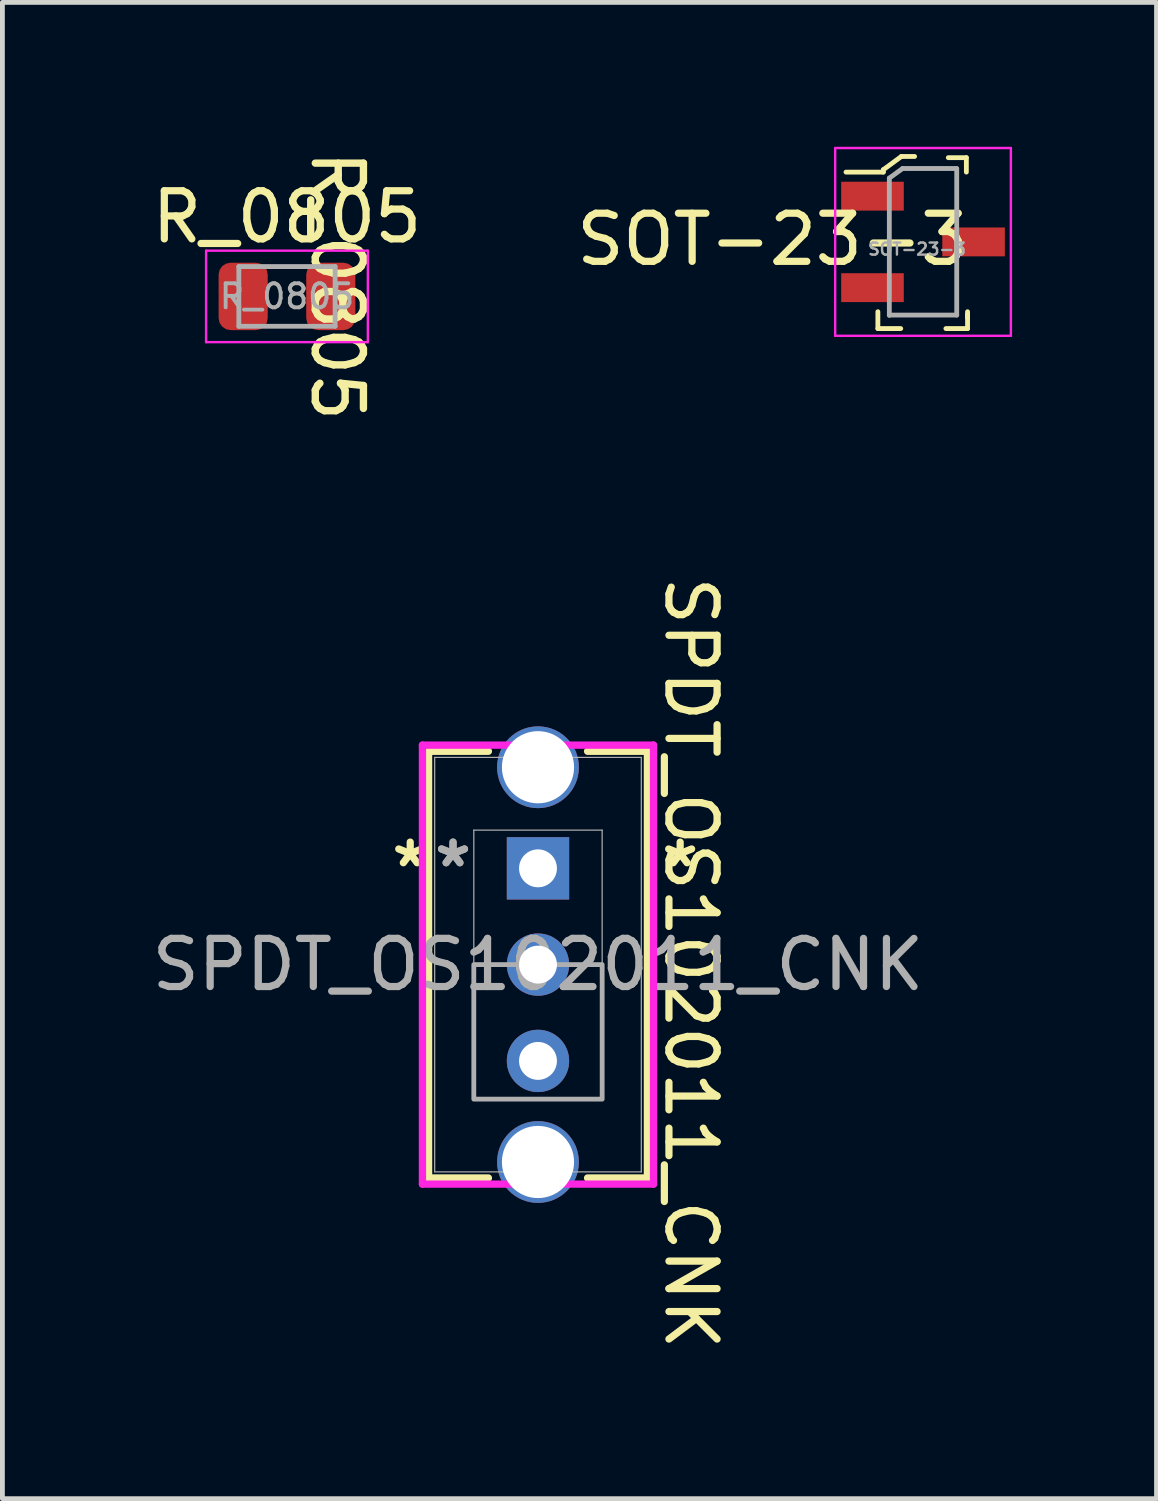
<source format=kicad_pcb>
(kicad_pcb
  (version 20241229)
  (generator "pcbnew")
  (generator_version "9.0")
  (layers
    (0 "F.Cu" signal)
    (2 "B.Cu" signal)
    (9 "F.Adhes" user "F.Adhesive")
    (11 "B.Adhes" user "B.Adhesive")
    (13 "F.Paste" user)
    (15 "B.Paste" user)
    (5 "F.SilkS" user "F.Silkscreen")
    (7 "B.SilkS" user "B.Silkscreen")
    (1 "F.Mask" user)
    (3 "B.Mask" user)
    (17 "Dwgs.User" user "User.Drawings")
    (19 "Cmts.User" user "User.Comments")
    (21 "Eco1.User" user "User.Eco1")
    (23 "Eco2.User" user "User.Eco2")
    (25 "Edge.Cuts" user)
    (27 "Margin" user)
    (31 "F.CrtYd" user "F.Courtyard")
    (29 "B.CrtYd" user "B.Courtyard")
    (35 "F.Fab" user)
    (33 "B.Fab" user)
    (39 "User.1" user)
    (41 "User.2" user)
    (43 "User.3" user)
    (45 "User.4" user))
  (footprint "R_0805"
    (layer "F.Cu")
    (at 2.911 3.107)
    (property "Reference" "R_0805" (at 0 -1.65 0) (layer "F.SilkS") (effects (font (size 1 1) (thickness 0.15))))
    (attr smd)
    (fp_line (start -1.68 -0.95) (end 1.68 -0.95) (stroke (width 0.05) (type solid)) (layer "F.CrtYd"))
    (fp_line (start -1.68 0.95) (end -1.68 -0.95) (stroke (width 0.05) (type solid)) (layer "F.CrtYd"))
    (fp_line (start 1.68 -0.95) (end 1.68 0.95) (stroke (width 0.05) (type solid)) (layer "F.CrtYd"))
    (fp_line (start 1.68 0.95) (end -1.68 0.95) (stroke (width 0.05) (type solid)) (layer "F.CrtYd"))
    (fp_line (start -1 -0.62) (end 1 -0.62) (stroke (width 0.1) (type solid)) (layer "F.Fab"))
    (fp_line (start -1 0.62) (end -1 -0.62) (stroke (width 0.1) (type solid)) (layer "F.Fab"))
    (fp_line (start 1 -0.62) (end 1 0.62) (stroke (width 0.1) (type solid)) (layer "F.Fab"))
    (fp_line (start 1 0.62) (end -1 0.62) (stroke (width 0.1) (type solid)) (layer "F.Fab"))
    (fp_text user "${REFERENCE}" (at 0.458 -3.107 270) (unlocked yes) (layer "F.SilkS") (effects (font (size 1 1) (thickness 0.153)) (justify left bottom)))
    (fp_text user "${REFERENCE}" (at 0 0 0) (layer "F.Fab") (effects (font (size 0.5 0.5) (thickness 0.08))))
    (pad "1" smd roundrect (at -0.91 0) (size 1.02 1.4) (layers "F.Cu" "F.Mask" "F.Paste") (roundrect_rratio 0.244))
    (pad "2" smd roundrect (at 0.91 0) (size 1.02 1.4) (layers "F.Cu" "F.Mask" "F.Paste") (roundrect_rratio 0.244)))
  (footprint "SOT-23-3"
    (layer "F.Cu")
    (at 16.123 1.975)
    (property "Reference" "SOT-23-3" (at -3.129 -0.051 0) (layer "F.SilkS") (effects (font (size 1 1) (thickness 0.15))))
    (attr smd)
    (fp_line (start -0.938 1.8) (end -0.938 1.45) (stroke (width 0.1) (type solid)) (layer "F.SilkS"))
    (fp_line (start -0.825 -1.5) (end -0.825 -1.45) (stroke (width 0.1) (type solid)) (layer "F.SilkS"))
    (fp_line (start -0.825 -1.45) (end -1.6 -1.45) (stroke (width 0.1) (type solid)) (layer "F.SilkS"))
    (fp_line (start -0.463 1.8) (end -0.938 1.8) (stroke (width 0.1) (type solid)) (layer "F.SilkS"))
    (fp_line (start -0.45 -1.775) (end -0.825 -1.5) (stroke (width 0.1) (type solid)) (layer "F.SilkS"))
    (fp_line (start -0.175 -1.775) (end -0.45 -1.775) (stroke (width 0.1) (type solid)) (layer "F.SilkS"))
    (fp_line (start 0.525 -1.75) (end 0.9 -1.75) (stroke (width 0.1) (type solid)) (layer "F.SilkS"))
    (fp_line (start 0.9 -1.75) (end 0.9 -1.45) (stroke (width 0.1) (type solid)) (layer "F.SilkS"))
    (fp_line (start 0.925 1.5) (end 0.925 1.8) (stroke (width 0.1) (type solid)) (layer "F.SilkS"))
    (fp_line (start 0.925 1.575) (end 0.925 1.45) (stroke (width 0.1) (type solid)) (layer "F.SilkS"))
    (fp_line (start 0.925 1.8) (end 0.475 1.8) (stroke (width 0.1) (type solid)) (layer "F.SilkS"))
    (fp_line (start -1.825 -1.95) (end -1.825 1.95) (stroke (width 0.05) (type solid)) (layer "F.CrtYd"))
    (fp_line (start -1.825 -1.95) (end 1.825 -1.95) (stroke (width 0.05) (type solid)) (layer "F.CrtYd"))
    (fp_line (start 1.825 -1.95) (end 1.825 1.95) (stroke (width 0.05) (type solid)) (layer "F.CrtYd"))
    (fp_line (start 1.825 1.95) (end -1.825 1.95) (stroke (width 0.05) (type solid)) (layer "F.CrtYd"))
    (fp_line (start -0.7 -1.325) (end -0.7 1.525) (stroke (width 0.1) (type solid)) (layer "F.Fab"))
    (fp_line (start -0.7 1.52) (end 0.7 1.52) (stroke (width 0.1) (type solid)) (layer "F.Fab"))
    (fp_line (start -0.425 -1.525) (end -0.7 -1.325) (stroke (width 0.1) (type solid)) (layer "F.Fab"))
    (fp_line (start -0.425 -1.525) (end 0.7 -1.525) (stroke (width 0.1) (type solid)) (layer "F.Fab"))
    (fp_line (start 0.7 1.52) (end 0.7 -1.52) (stroke (width 0.1) (type solid)) (layer "F.Fab"))
    (fp_text user "${REFERENCE}" (at -0.125 0.15 180) (layer "F.Fab") (effects (font (size 0.25 0.25) (thickness 0.05))))
    (pad "1" smd rect (at -1.05 -0.95) (size 1.3 0.6) (layers "F.Cu" "F.Mask" "F.Paste"))
    (pad "2" smd rect (at -1.05 0.95) (size 1.3 0.6) (layers "F.Cu" "F.Mask" "F.Paste"))
    (pad "3" smd rect (at 1.05 0) (size 1.3 0.6) (layers "F.Cu" "F.Mask" "F.Paste")))
  (footprint "SPDT_OS102011_CNK"
    (layer "F.Cu")
    (at 8.125 14.987)
    (property "Reference" "SPDT_OS102011_CNK" (at 3.175 1.968 270) (unlocked yes) (layer "F.SilkS") (effects (font (size 1 1) (thickness 0.15))))
    (attr through_hole)
    (fp_line (start -2.273 -2.432) (end -2.273 6.432) (stroke (width 0.152) (type solid)) (layer "F.SilkS"))
    (fp_line (start -2.273 6.432) (end -1.03 6.432) (stroke (width 0.152) (type solid)) (layer "F.SilkS"))
    (fp_line (start -1.03 -2.432) (end -2.273 -2.432) (stroke (width 0.152) (type solid)) (layer "F.SilkS"))
    (fp_line (start 1.03 6.432) (end 2.273 6.432) (stroke (width 0.152) (type solid)) (layer "F.SilkS"))
    (fp_line (start 2.273 -2.432) (end 1.03 -2.432) (stroke (width 0.152) (type solid)) (layer "F.SilkS"))
    (fp_line (start 2.273 6.432) (end 2.273 -2.432) (stroke (width 0.152) (type solid)) (layer "F.SilkS"))
    (fp_line (start -2.4 -2.559) (end -2.4 6.559) (stroke (width 0.152) (type solid)) (layer "F.CrtYd"))
    (fp_line (start -2.4 6.559) (end 2.4 6.559) (stroke (width 0.152) (type solid)) (layer "F.CrtYd"))
    (fp_line (start 2.4 -2.559) (end -2.4 -2.559) (stroke (width 0.152) (type solid)) (layer "F.CrtYd"))
    (fp_line (start 2.4 6.559) (end 2.4 -2.559) (stroke (width 0.152) (type solid)) (layer "F.CrtYd"))
    (fp_line (start -2.146 -2.305) (end -2.146 6.305) (stroke (width 0.025) (type solid)) (layer "F.Fab"))
    (fp_line (start -2.146 6.305) (end 2.146 6.305) (stroke (width 0.025) (type solid)) (layer "F.Fab"))
    (fp_line (start -1.333 -0.794) (end 1.333 -0.794) (stroke (width 0.025) (type solid)) (layer "F.Fab"))
    (fp_line (start -1.333 4.794) (end -1.333 -0.794) (stroke (width 0.025) (type solid)) (layer "F.Fab"))
    (fp_line (start 1.333 -0.794) (end 1.333 4.794) (stroke (width 0.025) (type solid)) (layer "F.Fab"))
    (fp_line (start 1.333 4.794) (end -1.333 4.794) (stroke (width 0.025) (type solid)) (layer "F.Fab"))
    (fp_line (start 2.146 -2.305) (end -2.146 -2.305) (stroke (width 0.025) (type solid)) (layer "F.Fab"))
    (fp_line (start 2.146 6.305) (end 2.146 -2.305) (stroke (width 0.025) (type solid)) (layer "F.Fab"))
    (fp_poly (pts (xy -1.333 4.794) (xy -1.333 2) (xy 1.333 2) (xy 1.333 4.794)) (stroke (width 0.1) (type solid)) (fill no) (layer "F.Fab"))
    (fp_text user "*" (at 2.953 -0.000001 0) (layer "F.SilkS") (effects (font (size 1 1) (thickness 0.15))))
    (fp_text user "*" (at -2.654 0 0) (unlocked yes) (layer "F.SilkS") (effects (font (size 1 1) (thickness 0.15))))
    (fp_text user "*" (at -1.765 0 0) (unlocked yes) (layer "F.Fab") (effects (font (size 1 1) (thickness 0.15))))
    (fp_text user "${REFERENCE}" (at 0 2 0) (unlocked yes) (layer "F.Fab") (effects (font (size 1 1) (thickness 0.15))))
    (fp_text user "*" (at -1.765 0 0) (unlocked yes) (layer "F.Fab") (effects (font (size 1 1) (thickness 0.15))))
    (pad "1" thru_hole rect (at 0 0) (size 1.295 1.295) (drill 0.787) (layers "*.Cu" "*.Mask"))
    (pad "2" thru_hole circle (at 0 2) (size 1.295 1.295) (drill 0.787) (layers "*.Cu" "*.Mask"))
    (pad "3" thru_hole circle (at 0 4) (size 1.295 1.295) (drill 0.787) (layers "*.Cu" "*.Mask"))
    (pad "4" thru_hole circle (at 0 -2.1 90) (size 1.699 1.699) (drill 1.499) (layers "*.Cu" "*.Mask"))
    (pad "5" thru_hole circle (at 0 6.1 90) (size 1.699 1.699) (drill 1.499) (layers "*.Cu" "*.Mask")))
  (gr_rect
    (start -3 -3)
    (end 20.973 28.08)
    (stroke (width 0.1) (type default))
    (fill no)
    (layer "Edge.Cuts")))
</source>
